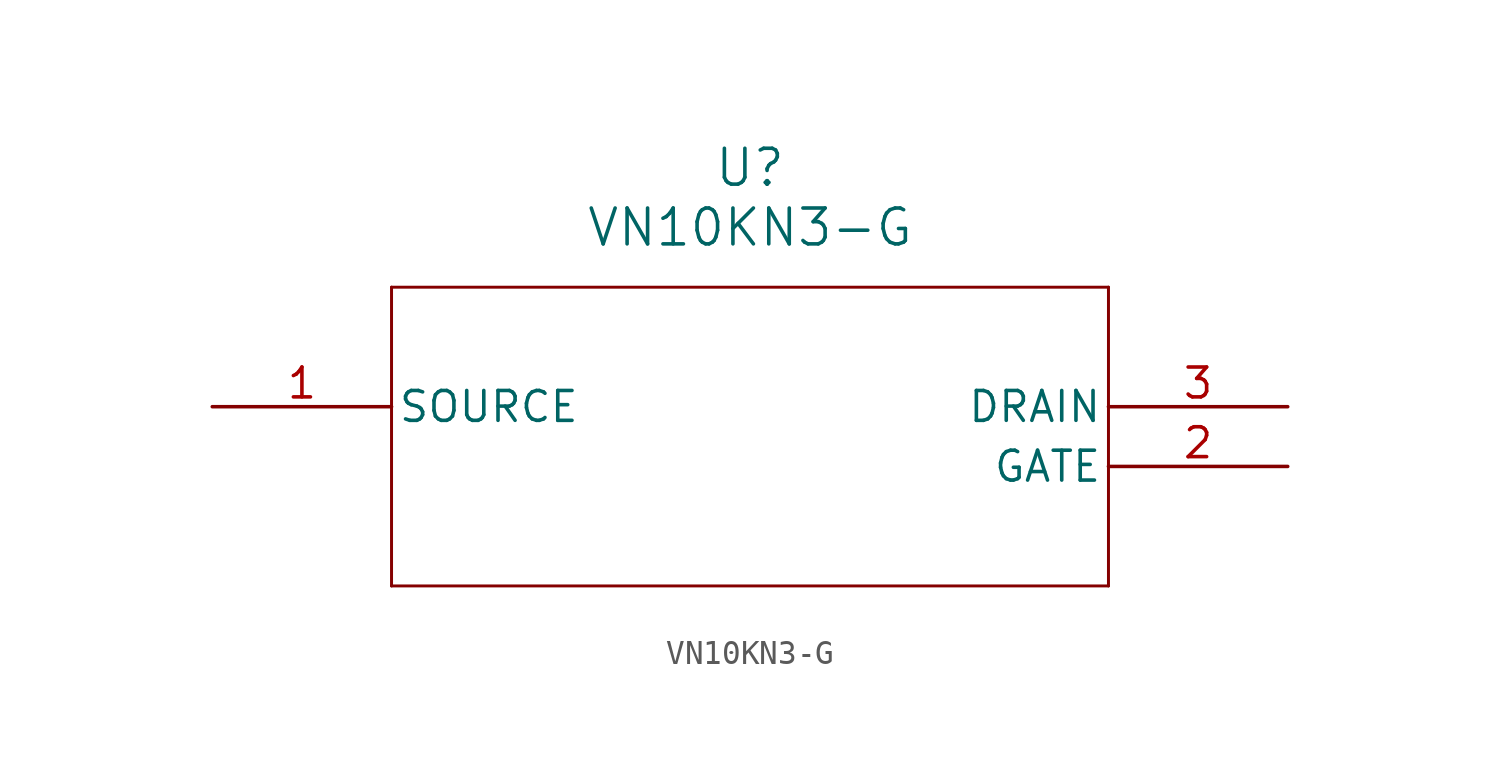
<source format=kicad_sym>
(kicad_symbol_lib
  (version 20211014)
  (generator kicad_symbol_editor)
  (symbol "VN10KN3-G"
    (pin_names
      (offset 0.254))
    (property "Reference" "U"
      (at 22.86 10.16 0)
      (effects (font (size 1.524 1.524))))
    (property "Value" "VN10KN3-G"
      (at 22.86 7.62 0)
      (effects (font (size 1.524 1.524))))
    (symbol "VN10KN3-G_0_1"
      (polyline (pts (xy 7.62 5.08) (xy 7.62 -7.62)) (stroke (width 0.127) (type default) (color 0 0 0 0)) (fill (type none)))
      (polyline (pts (xy 7.62 -7.62) (xy 38.1 -7.62)) (stroke (width 0.127) (type default) (color 0 0 0 0)) (fill (type none)))
      (polyline (pts (xy 38.1 -7.62) (xy 38.1 5.08)) (stroke (width 0.127) (type default) (color 0 0 0 0)) (fill (type none)))
      (polyline (pts (xy 38.1 5.08) (xy 7.62 5.08)) (stroke (width 0.127) (type default) (color 0 0 0 0)) (fill (type none)))
      (pin unspecified line (at 0 0 0) (length 7.62) (name "SOURCE" (effects (font (size 1.27 1.27)))) (number "1" (effects (font (size 1.27 1.27)))))
      (pin unspecified line (at 45.72 -2.54 180) (length 7.62) (name "GATE" (effects (font (size 1.27 1.27)))) (number "2" (effects (font (size 1.27 1.27)))))
      (pin unspecified line (at 45.72 0 180) (length 7.62) (name "DRAIN" (effects (font (size 1.27 1.27)))) (number "3" (effects (font (size 1.27 1.27))))))))
</source>
